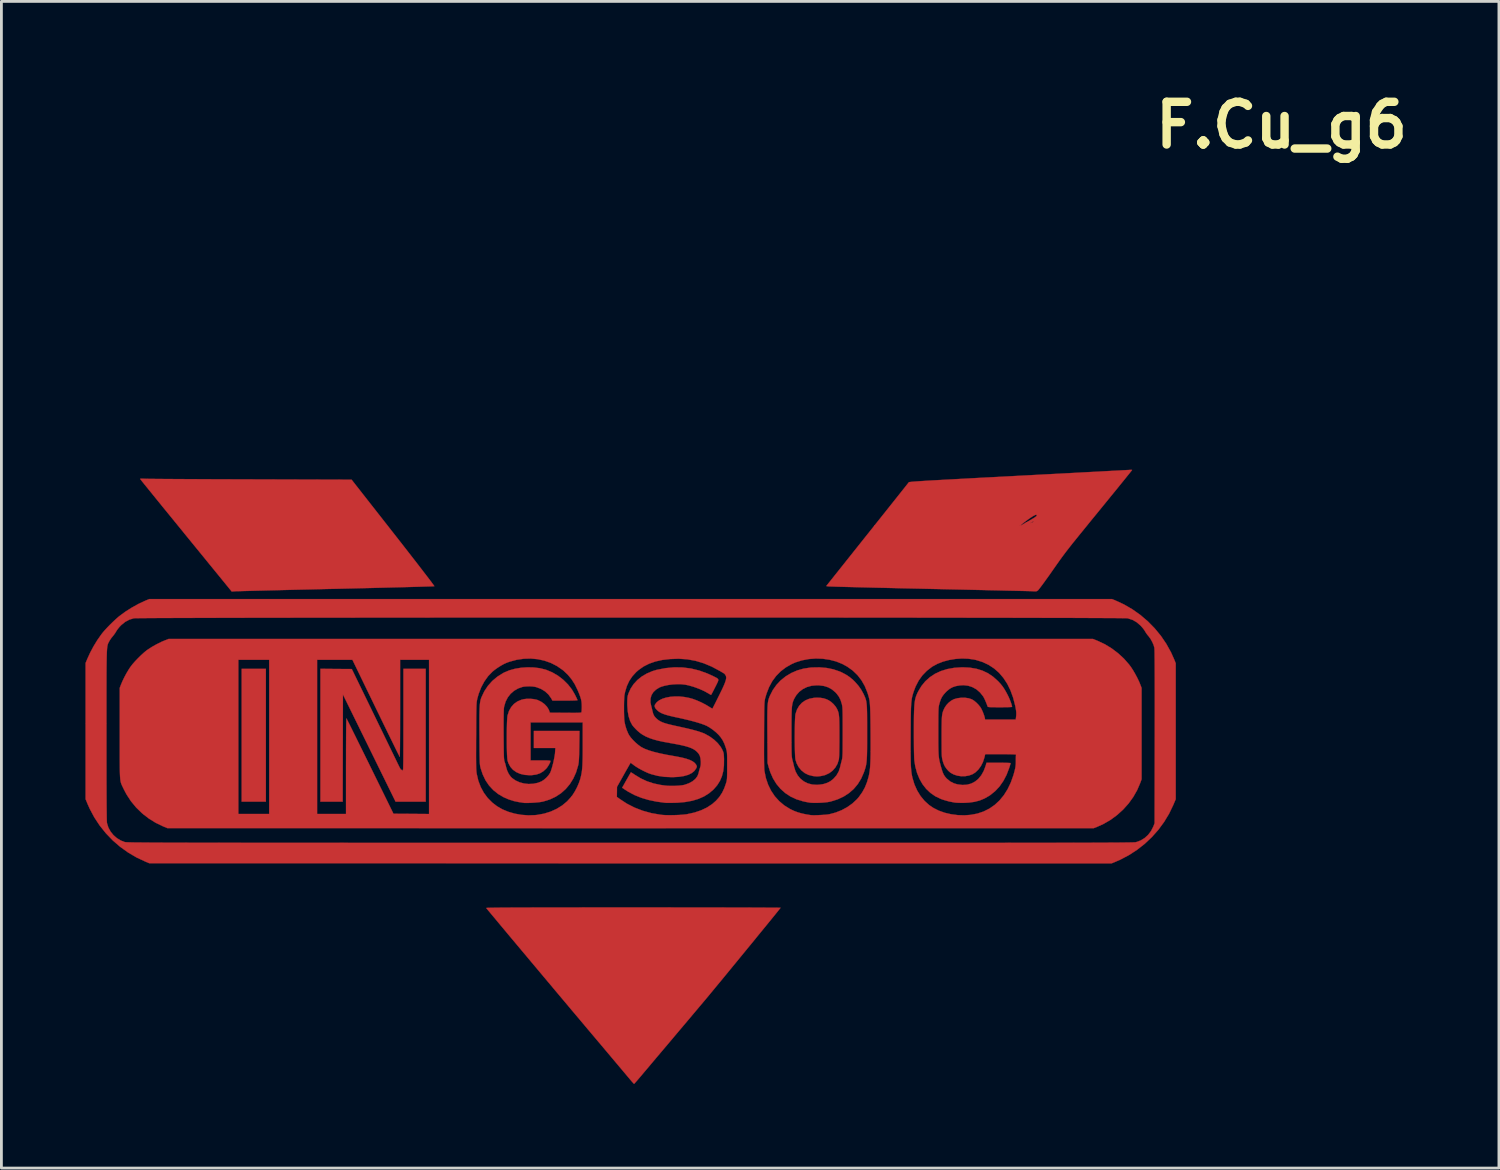
<source format=kicad_pcb>
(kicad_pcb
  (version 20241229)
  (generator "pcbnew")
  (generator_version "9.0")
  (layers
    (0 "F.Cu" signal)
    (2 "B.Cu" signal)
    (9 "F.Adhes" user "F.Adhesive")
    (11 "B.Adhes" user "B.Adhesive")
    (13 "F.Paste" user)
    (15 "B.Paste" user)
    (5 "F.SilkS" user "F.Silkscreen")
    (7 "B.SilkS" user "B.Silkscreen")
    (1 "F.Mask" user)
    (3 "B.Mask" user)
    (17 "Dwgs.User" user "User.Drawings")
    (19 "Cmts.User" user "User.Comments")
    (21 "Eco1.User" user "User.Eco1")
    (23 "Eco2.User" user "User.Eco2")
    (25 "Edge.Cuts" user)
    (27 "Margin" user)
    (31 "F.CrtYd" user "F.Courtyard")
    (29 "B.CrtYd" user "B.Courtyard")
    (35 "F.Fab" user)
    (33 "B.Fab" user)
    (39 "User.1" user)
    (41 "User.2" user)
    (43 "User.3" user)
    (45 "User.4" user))
  (footprint "F.Cu_g6"
    (layer "F.Cu")
    (at 42.694 1.418)
    (property "Reference" "F.Cu_g6" (at 0 0 0) (layer "F.SilkS") (effects (font (size 1.524 1.524) (thickness 0.3))))
    (attr through_hole)
    (fp_poly (pts (xy -36.254 24.147) (xy -37.118 24.147) (xy -37.118 19.406) (xy -36.254 19.406) (xy -36.254 24.147)) (stroke (width 0.01) (type solid)) (fill yes) (layer "F.Cu"))
    (fp_poly (pts (xy -33.746 19.41) (xy -33.186 19.414) (xy -32.417 20.997) (xy -32.309 21.22) (xy -32.203 21.438) (xy -32.1 21.649) (xy -32.003 21.85) (xy -31.911 22.039) (xy -31.826 22.214) (xy -31.749 22.372) (xy -31.682 22.51) (xy -31.625 22.627) (xy -31.58 22.72) (xy -31.548 22.787) (xy -31.534 22.815) (xy -31.488 22.909) (xy -31.453 22.974) (xy -31.429 23.011) (xy -31.415 23.023) (xy -31.41 23.018) (xy -31.401 23.002) (xy -31.389 23.01) (xy -31.372 23.038) (xy -31.368 23.044) (xy -31.364 23.045) (xy -31.361 23.038) (xy -31.358 23.022) (xy -31.355 22.994) (xy -31.353 22.954) (xy -31.351 22.899) (xy -31.35 22.828) (xy -31.348 22.739) (xy -31.347 22.629) (xy -31.346 22.498) (xy -31.346 22.343) (xy -31.345 22.162) (xy -31.345 21.954) (xy -31.345 21.718) (xy -31.344 21.45) (xy -31.344 21.247) (xy -31.344 19.406) (xy -30.548 19.406) (xy -30.548 24.147) (xy -31.624 24.147) (xy -33.503 20.322) (xy -33.511 24.147) (xy -34.307 24.147) (xy -34.307 19.405) (xy -33.746 19.41)) (stroke (width 0.01) (type solid)) (fill yes) (layer "F.Cu"))
    (fp_poly (pts (xy -16.455 20.441) (xy -16.344 20.459) (xy -16.243 20.492) (xy -16.166 20.528) (xy -16.079 20.586) (xy -15.992 20.664) (xy -15.918 20.752) (xy -15.869 20.832) (xy -15.849 20.875) (xy -15.832 20.917) (xy -15.818 20.96) (xy -15.807 21.008) (xy -15.799 21.065) (xy -15.792 21.133) (xy -15.788 21.218) (xy -15.785 21.321) (xy -15.783 21.447) (xy -15.782 21.599) (xy -15.782 21.78) (xy -15.782 21.83) (xy -15.782 22.036) (xy -15.784 22.214) (xy -15.786 22.364) (xy -15.789 22.484) (xy -15.794 22.573) (xy -15.799 22.63) (xy -15.801 22.643) (xy -15.849 22.794) (xy -15.925 22.928) (xy -16.025 23.041) (xy -16.147 23.132) (xy -16.288 23.197) (xy -16.434 23.232) (xy -16.511 23.242) (xy -16.571 23.246) (xy -16.628 23.244) (xy -16.698 23.236) (xy -16.737 23.231) (xy -16.885 23.193) (xy -17.02 23.126) (xy -17.137 23.032) (xy -17.234 22.916) (xy -17.307 22.78) (xy -17.348 22.655) (xy -17.355 22.606) (xy -17.361 22.528) (xy -17.366 22.426) (xy -17.37 22.304) (xy -17.373 22.166) (xy -17.375 22.019) (xy -17.376 21.866) (xy -17.375 21.712) (xy -17.374 21.562) (xy -17.371 21.42) (xy -17.368 21.292) (xy -17.363 21.181) (xy -17.358 21.094) (xy -17.351 21.033) (xy -17.348 21.018) (xy -17.296 20.861) (xy -17.219 20.728) (xy -17.119 20.618) (xy -16.997 20.533) (xy -16.855 20.474) (xy -16.694 20.442) (xy -16.586 20.436) (xy -16.455 20.441)) (stroke (width 0.01) (type solid)) (fill yes) (layer "F.Cu"))
    (fp_poly (pts (xy -40.63 12.619) (xy -40.587 12.621) (xy -40.555 12.622) (xy -40.491 12.624) (xy -40.396 12.625) (xy -40.272 12.626) (xy -40.121 12.628) (xy -39.944 12.629) (xy -39.743 12.63) (xy -39.52 12.632) (xy -39.276 12.633) (xy -39.013 12.635) (xy -38.732 12.636) (xy -38.436 12.637) (xy -38.126 12.639) (xy -37.803 12.64) (xy -37.469 12.641) (xy -37.126 12.642) (xy -36.811 12.643) (xy -33.194 12.654) (xy -31.708 14.55) (xy -31.515 14.796) (xy -31.332 15.03) (xy -31.161 15.25) (xy -31.001 15.456) (xy -30.853 15.646) (xy -30.72 15.819) (xy -30.601 15.974) (xy -30.497 16.109) (xy -30.409 16.224) (xy -30.339 16.317) (xy -30.287 16.388) (xy -30.253 16.434) (xy -30.24 16.456) (xy -30.24 16.457) (xy -30.258 16.459) (xy -30.309 16.461) (xy -30.39 16.464) (xy -30.501 16.467) (xy -30.639 16.471) (xy -30.803 16.476) (xy -30.991 16.481) (xy -31.202 16.487) (xy -31.434 16.493) (xy -31.685 16.499) (xy -31.954 16.506) (xy -32.24 16.513) (xy -32.54 16.521) (xy -32.854 16.528) (xy -33.179 16.536) (xy -33.514 16.544) (xy -33.726 16.549) (xy -34.068 16.556) (xy -34.403 16.564) (xy -34.727 16.572) (xy -35.041 16.579) (xy -35.342 16.586) (xy -35.628 16.593) (xy -35.898 16.6) (xy -36.15 16.606) (xy -36.382 16.612) (xy -36.593 16.617) (xy -36.781 16.622) (xy -36.945 16.626) (xy -37.082 16.63) (xy -37.192 16.633) (xy -37.272 16.635) (xy -37.32 16.636) (xy -37.333 16.637) (xy -37.473 16.646) (xy -37.85 16.183) (xy -38.189 15.768) (xy -38.506 15.379) (xy -38.803 15.015) (xy -39.078 14.678) (xy -39.331 14.367) (xy -39.564 14.081) (xy -39.775 13.822) (xy -39.966 13.588) (xy -40.135 13.38) (xy -40.283 13.197) (xy -40.41 13.04) (xy -40.517 12.908) (xy -40.603 12.802) (xy -40.668 12.721) (xy -40.712 12.666) (xy -40.735 12.635) (xy -40.74 12.629) (xy -40.731 12.62) (xy -40.695 12.617) (xy -40.63 12.619)) (stroke (width 0.01) (type solid)) (fill yes) (layer "F.Cu"))
    (fp_poly (pts (xy -22.721 27.923) (xy -22.31 27.923) (xy -21.909 27.923) (xy -21.519 27.924) (xy -21.142 27.924) (xy -20.78 27.924) (xy -20.432 27.925) (xy -20.101 27.925) (xy -19.788 27.926) (xy -19.493 27.927) (xy -19.22 27.927) (xy -18.968 27.928) (xy -18.738 27.929) (xy -18.533 27.93) (xy -18.354 27.931) (xy -18.202 27.931) (xy -18.077 27.932) (xy -17.982 27.933) (xy -17.918 27.934) (xy -17.885 27.935) (xy -17.882 27.936) (xy -17.892 27.95) (xy -17.923 27.989) (xy -17.972 28.05) (xy -18.037 28.131) (xy -18.118 28.231) (xy -18.213 28.348) (xy -18.321 28.48) (xy -18.439 28.625) (xy -18.566 28.78) (xy -18.701 28.945) (xy -18.841 29.118) (xy -18.987 29.295) (xy -19.135 29.476) (xy -19.285 29.659) (xy -19.435 29.842) (xy -19.583 30.022) (xy -19.728 30.199) (xy -19.868 30.37) (xy -20.002 30.533) (xy -20.129 30.686) (xy -20.246 30.828) (xy -20.352 30.956) (xy -20.445 31.069) (xy -20.525 31.165) (xy -20.589 31.242) (xy -20.596 31.25) (xy -20.649 31.313) (xy -20.722 31.399) (xy -20.811 31.505) (xy -20.915 31.629) (xy -21.032 31.767) (xy -21.158 31.918) (xy -21.293 32.077) (xy -21.432 32.242) (xy -21.575 32.411) (xy -21.717 32.58) (xy -21.86 32.75) (xy -22.003 32.919) (xy -22.143 33.085) (xy -22.278 33.244) (xy -22.405 33.395) (xy -22.522 33.534) (xy -22.626 33.658) (xy -22.716 33.764) (xy -22.789 33.851) (xy -22.841 33.913) (xy -22.915 34) (xy -22.981 34.077) (xy -23.037 34.141) (xy -23.079 34.189) (xy -23.105 34.216) (xy -23.112 34.222) (xy -23.125 34.209) (xy -23.157 34.174) (xy -23.204 34.121) (xy -23.262 34.053) (xy -23.328 33.974) (xy -23.351 33.947) (xy -23.4 33.888) (xy -23.469 33.806) (xy -23.555 33.704) (xy -23.655 33.585) (xy -23.768 33.451) (xy -23.891 33.305) (xy -24.021 33.15) (xy -24.157 32.989) (xy -24.295 32.824) (xy -24.401 32.699) (xy -24.57 32.499) (xy -24.747 32.289) (xy -24.931 32.07) (xy -25.121 31.844) (xy -25.316 31.613) (xy -25.514 31.377) (xy -25.715 31.138) (xy -25.917 30.898) (xy -26.118 30.657) (xy -26.319 30.419) (xy -26.517 30.182) (xy -26.711 29.951) (xy -26.901 29.724) (xy -27.085 29.505) (xy -27.261 29.295) (xy -27.429 29.094) (xy -27.588 28.905) (xy -27.735 28.728) (xy -27.871 28.566) (xy -27.993 28.419) (xy -28.101 28.289) (xy -28.194 28.178) (xy -28.27 28.087) (xy -28.328 28.017) (xy -28.367 27.969) (xy -28.385 27.946) (xy -28.386 27.944) (xy -28.382 27.942) (xy -28.365 27.94) (xy -28.334 27.938) (xy -28.29 27.937) (xy -28.23 27.935) (xy -28.154 27.934) (xy -28.061 27.932) (xy -27.95 27.931) (xy -27.819 27.93) (xy -27.669 27.929) (xy -27.498 27.928) (xy -27.305 27.927) (xy -27.089 27.926) (xy -26.849 27.926) (xy -26.585 27.925) (xy -26.295 27.925) (xy -25.978 27.924) (xy -25.633 27.924) (xy -25.261 27.924) (xy -24.858 27.923) (xy -24.425 27.923) (xy -23.961 27.923) (xy -23.465 27.923) (xy -23.14 27.923) (xy -22.721 27.923)) (stroke (width 0.01) (type solid)) (fill yes) (layer "F.Cu"))
    (fp_poly (pts (xy -26.694 19.357) (xy -26.477 19.384) (xy -26.275 19.433) (xy -26.237 19.446) (xy -26.025 19.535) (xy -25.824 19.653) (xy -25.638 19.797) (xy -25.471 19.962) (xy -25.329 20.144) (xy -25.222 20.327) (xy -25.186 20.4) (xy -25.157 20.461) (xy -25.137 20.505) (xy -25.129 20.526) (xy -25.129 20.526) (xy -25.145 20.53) (xy -25.191 20.533) (xy -25.262 20.536) (xy -25.353 20.538) (xy -25.46 20.54) (xy -25.576 20.54) (xy -26.023 20.54) (xy -26.074 20.451) (xy -26.168 20.321) (xy -26.287 20.212) (xy -26.428 20.125) (xy -26.59 20.063) (xy -26.649 20.048) (xy -26.729 20.037) (xy -26.828 20.031) (xy -26.931 20.033) (xy -27.027 20.04) (xy -27.087 20.05) (xy -27.249 20.106) (xy -27.393 20.189) (xy -27.517 20.296) (xy -27.619 20.427) (xy -27.696 20.576) (xy -27.746 20.743) (xy -27.754 20.788) (xy -27.759 20.837) (xy -27.762 20.92) (xy -27.765 21.034) (xy -27.767 21.178) (xy -27.768 21.352) (xy -27.768 21.555) (xy -27.767 21.777) (xy -27.766 21.973) (xy -27.764 22.139) (xy -27.763 22.276) (xy -27.761 22.388) (xy -27.759 22.479) (xy -27.757 22.55) (xy -27.753 22.605) (xy -27.749 22.647) (xy -27.745 22.678) (xy -27.739 22.703) (xy -27.732 22.722) (xy -27.732 22.724) (xy -27.712 22.782) (xy -27.692 22.855) (xy -27.678 22.915) (xy -27.64 23.041) (xy -27.583 23.159) (xy -27.512 23.258) (xy -27.469 23.302) (xy -27.343 23.391) (xy -27.198 23.457) (xy -27.04 23.499) (xy -26.875 23.517) (xy -26.709 23.509) (xy -26.549 23.476) (xy -26.419 23.426) (xy -26.33 23.369) (xy -26.241 23.292) (xy -26.162 23.204) (xy -26.108 23.122) (xy -26.082 23.062) (xy -26.054 22.976) (xy -26.024 22.872) (xy -25.995 22.758) (xy -25.97 22.642) (xy -25.949 22.531) (xy -25.934 22.434) (xy -25.93 22.384) (xy -25.92 22.233) (xy -26.687 22.233) (xy -26.687 21.624) (xy -25.058 21.624) (xy -25.066 22.17) (xy -25.069 22.327) (xy -25.071 22.454) (xy -25.075 22.557) (xy -25.079 22.639) (xy -25.084 22.706) (xy -25.09 22.76) (xy -25.097 22.808) (xy -25.107 22.854) (xy -25.109 22.861) (xy -25.181 23.102) (xy -25.28 23.322) (xy -25.403 23.52) (xy -25.549 23.694) (xy -25.717 23.845) (xy -25.907 23.97) (xy -26.117 24.069) (xy -26.346 24.14) (xy -26.391 24.15) (xy -26.461 24.162) (xy -26.551 24.172) (xy -26.655 24.181) (xy -26.762 24.188) (xy -26.865 24.192) (xy -26.957 24.194) (xy -27.028 24.192) (xy -27.059 24.188) (xy -27.097 24.182) (xy -27.156 24.173) (xy -27.223 24.163) (xy -27.229 24.162) (xy -27.409 24.124) (xy -27.594 24.064) (xy -27.762 23.991) (xy -27.962 23.874) (xy -28.137 23.734) (xy -28.288 23.57) (xy -28.414 23.384) (xy -28.514 23.174) (xy -28.588 22.953) (xy -28.595 22.923) (xy -28.602 22.894) (xy -28.607 22.861) (xy -28.612 22.823) (xy -28.616 22.776) (xy -28.619 22.718) (xy -28.621 22.645) (xy -28.623 22.554) (xy -28.625 22.444) (xy -28.627 22.31) (xy -28.628 22.15) (xy -28.629 21.96) (xy -28.63 21.827) (xy -28.632 21.591) (xy -28.632 21.387) (xy -28.632 21.211) (xy -28.631 21.06) (xy -28.628 20.932) (xy -28.625 20.825) (xy -28.62 20.735) (xy -28.613 20.659) (xy -28.605 20.596) (xy -28.595 20.541) (xy -28.583 20.493) (xy -28.568 20.449) (xy -28.557 20.42) (xy -28.456 20.207) (xy -28.327 20.013) (xy -28.172 19.839) (xy -27.992 19.687) (xy -27.787 19.559) (xy -27.742 19.535) (xy -27.56 19.459) (xy -27.357 19.403) (xy -27.141 19.367) (xy -26.917 19.352) (xy -26.694 19.357)) (stroke (width 0.01) (type solid)) (fill yes) (layer "F.Cu"))
    (fp_poly (pts (xy -11.12 19.365) (xy -10.889 19.404) (xy -10.676 19.47) (xy -10.479 19.563) (xy -10.297 19.686) (xy -10.127 19.838) (xy -10.1 19.865) (xy -10.022 19.951) (xy -9.956 20.034) (xy -9.896 20.123) (xy -9.835 20.227) (xy -9.781 20.328) (xy -9.739 20.413) (xy -9.7 20.504) (xy -9.665 20.593) (xy -9.638 20.673) (xy -9.622 20.735) (xy -9.618 20.764) (xy -9.634 20.768) (xy -9.68 20.771) (xy -9.75 20.774) (xy -9.841 20.776) (xy -9.948 20.777) (xy -10.05 20.777) (xy -10.183 20.777) (xy -10.286 20.776) (xy -10.363 20.775) (xy -10.417 20.773) (xy -10.453 20.769) (xy -10.476 20.764) (xy -10.487 20.757) (xy -10.492 20.748) (xy -10.522 20.664) (xy -10.559 20.574) (xy -10.597 20.488) (xy -10.633 20.418) (xy -10.651 20.388) (xy -10.761 20.25) (xy -10.888 20.14) (xy -11.03 20.06) (xy -11.185 20.009) (xy -11.35 19.99) (xy -11.484 19.998) (xy -11.625 20.023) (xy -11.742 20.062) (xy -11.846 20.12) (xy -11.945 20.201) (xy -11.99 20.246) (xy -12.061 20.326) (xy -12.114 20.401) (xy -12.156 20.482) (xy -12.192 20.581) (xy -12.212 20.651) (xy -12.221 20.682) (xy -12.228 20.713) (xy -12.234 20.745) (xy -12.239 20.782) (xy -12.242 20.828) (xy -12.245 20.886) (xy -12.247 20.958) (xy -12.249 21.049) (xy -12.25 21.161) (xy -12.25 21.298) (xy -12.251 21.462) (xy -12.251 21.632) (xy -12.251 21.832) (xy -12.251 22.002) (xy -12.25 22.145) (xy -12.248 22.266) (xy -12.245 22.367) (xy -12.241 22.453) (xy -12.235 22.528) (xy -12.227 22.594) (xy -12.217 22.655) (xy -12.204 22.716) (xy -12.188 22.781) (xy -12.17 22.851) (xy -12.156 22.902) (xy -12.121 23.021) (xy -12.089 23.114) (xy -12.054 23.188) (xy -12.013 23.251) (xy -11.963 23.31) (xy -11.945 23.328) (xy -11.828 23.425) (xy -11.693 23.493) (xy -11.568 23.53) (xy -11.393 23.552) (xy -11.23 23.543) (xy -11.08 23.503) (xy -10.943 23.433) (xy -10.822 23.334) (xy -10.718 23.208) (xy -10.631 23.054) (xy -10.563 22.874) (xy -10.558 22.856) (xy -10.53 22.758) (xy -10.1 22.758) (xy -9.983 22.759) (xy -9.878 22.76) (xy -9.79 22.763) (xy -9.723 22.765) (xy -9.681 22.769) (xy -9.669 22.772) (xy -9.674 22.793) (xy -9.687 22.838) (xy -9.706 22.901) (xy -9.721 22.945) (xy -9.814 23.189) (xy -9.93 23.41) (xy -10.066 23.605) (xy -10.224 23.774) (xy -10.401 23.916) (xy -10.436 23.939) (xy -10.602 24.034) (xy -10.773 24.105) (xy -10.956 24.153) (xy -11.156 24.181) (xy -11.303 24.189) (xy -11.402 24.191) (xy -11.5 24.189) (xy -11.588 24.186) (xy -11.654 24.18) (xy -11.659 24.18) (xy -11.869 24.14) (xy -12.083 24.078) (xy -12.167 24.047) (xy -12.357 23.956) (xy -12.529 23.837) (xy -12.682 23.693) (xy -12.814 23.524) (xy -12.923 23.333) (xy -13.01 23.121) (xy -13.073 22.89) (xy -13.105 22.685) (xy -13.109 22.632) (xy -13.113 22.548) (xy -13.116 22.438) (xy -13.119 22.305) (xy -13.121 22.152) (xy -13.122 21.983) (xy -13.123 21.801) (xy -13.123 21.671) (xy -13.123 21.442) (xy -13.122 21.244) (xy -13.12 21.074) (xy -13.116 20.928) (xy -13.111 20.804) (xy -13.104 20.698) (xy -13.095 20.608) (xy -13.083 20.531) (xy -13.068 20.462) (xy -13.05 20.4) (xy -13.028 20.342) (xy -13.003 20.283) (xy -12.973 20.222) (xy -12.971 20.218) (xy -12.854 20.022) (xy -12.715 19.851) (xy -12.552 19.705) (xy -12.368 19.583) (xy -12.162 19.487) (xy -11.935 19.416) (xy -11.688 19.371) (xy -11.422 19.353) (xy -11.372 19.352) (xy -11.12 19.365)) (stroke (width 0.01) (type solid)) (fill yes) (layer "F.Cu"))
    (fp_poly (pts (xy -21.376 19.357) (xy -21.079 19.395) (xy -20.785 19.467) (xy -20.495 19.572) (xy -20.29 19.666) (xy -20.214 19.704) (xy -20.159 19.733) (xy -20.123 19.759) (xy -20.105 19.787) (xy -20.105 19.822) (xy -20.122 19.871) (xy -20.154 19.938) (xy -20.2 20.03) (xy -20.217 20.063) (xy -20.261 20.15) (xy -20.3 20.226) (xy -20.332 20.286) (xy -20.354 20.324) (xy -20.363 20.337) (xy -20.381 20.329) (xy -20.417 20.308) (xy -20.436 20.296) (xy -20.598 20.205) (xy -20.783 20.122) (xy -20.978 20.05) (xy -21.171 19.995) (xy -21.285 19.972) (xy -21.421 19.956) (xy -21.571 19.954) (xy -21.728 19.962) (xy -21.882 19.982) (xy -22.025 20.011) (xy -22.149 20.048) (xy -22.207 20.073) (xy -22.33 20.149) (xy -22.425 20.241) (xy -22.49 20.348) (xy -22.523 20.467) (xy -22.526 20.598) (xy -22.504 20.709) (xy -22.485 20.784) (xy -22.467 20.857) (xy -22.455 20.913) (xy -22.454 20.914) (xy -22.428 21.013) (xy -22.39 21.092) (xy -22.332 21.161) (xy -22.314 21.178) (xy -22.267 21.219) (xy -22.218 21.254) (xy -22.164 21.286) (xy -22.1 21.315) (xy -22.023 21.343) (xy -21.929 21.371) (xy -21.814 21.4) (xy -21.674 21.433) (xy -21.506 21.469) (xy -21.463 21.479) (xy -21.245 21.527) (xy -21.051 21.574) (xy -20.882 21.62) (xy -20.742 21.664) (xy -20.631 21.704) (xy -20.584 21.725) (xy -20.41 21.822) (xy -20.256 21.934) (xy -20.125 22.058) (xy -20.021 22.189) (xy -19.97 22.277) (xy -19.945 22.331) (xy -19.927 22.374) (xy -19.915 22.416) (xy -19.908 22.466) (xy -19.904 22.532) (xy -19.9 22.623) (xy -19.9 22.628) (xy -19.903 22.855) (xy -19.927 23.058) (xy -19.975 23.241) (xy -20.046 23.407) (xy -20.143 23.561) (xy -20.267 23.704) (xy -20.278 23.715) (xy -20.434 23.848) (xy -20.611 23.959) (xy -20.811 24.048) (xy -21.034 24.115) (xy -21.282 24.16) (xy -21.555 24.185) (xy -21.658 24.188) (xy -21.757 24.19) (xy -21.85 24.191) (xy -21.928 24.19) (xy -21.985 24.189) (xy -22.005 24.187) (xy -22.313 24.145) (xy -22.595 24.086) (xy -22.854 24.009) (xy -23.092 23.913) (xy -23.313 23.796) (xy -23.421 23.728) (xy -23.537 23.651) (xy -23.488 23.565) (xy -23.46 23.515) (xy -23.421 23.445) (xy -23.376 23.365) (xy -23.334 23.292) (xy -23.294 23.221) (xy -23.26 23.162) (xy -23.236 23.12) (xy -23.225 23.101) (xy -23.224 23.1) (xy -23.209 23.107) (xy -23.173 23.129) (xy -23.12 23.163) (xy -23.081 23.19) (xy -22.871 23.317) (xy -22.652 23.419) (xy -22.419 23.496) (xy -22.166 23.55) (xy -22.009 23.572) (xy -21.897 23.582) (xy -21.772 23.585) (xy -21.643 23.583) (xy -21.519 23.576) (xy -21.409 23.565) (xy -21.322 23.55) (xy -21.311 23.547) (xy -21.155 23.492) (xy -21.026 23.422) (xy -20.924 23.338) (xy -20.85 23.24) (xy -20.807 23.13) (xy -20.802 23.105) (xy -20.79 23.05) (xy -20.77 22.983) (xy -20.757 22.942) (xy -20.738 22.877) (xy -20.729 22.811) (xy -20.728 22.729) (xy -20.729 22.705) (xy -20.741 22.595) (xy -20.765 22.507) (xy -20.807 22.433) (xy -20.868 22.365) (xy -20.923 22.318) (xy -20.987 22.276) (xy -21.063 22.238) (xy -21.155 22.203) (xy -21.267 22.169) (xy -21.401 22.136) (xy -21.561 22.103) (xy -21.75 22.068) (xy -21.827 22.055) (xy -22.052 22.014) (xy -22.246 21.972) (xy -22.414 21.927) (xy -22.559 21.878) (xy -22.686 21.824) (xy -22.797 21.764) (xy -22.897 21.695) (xy -22.989 21.617) (xy -23.052 21.555) (xy -23.112 21.491) (xy -23.16 21.434) (xy -23.18 21.406) (xy -23.252 21.268) (xy -23.304 21.107) (xy -23.337 20.921) (xy -23.352 20.709) (xy -23.353 20.639) (xy -23.352 20.54) (xy -23.349 20.466) (xy -23.343 20.408) (xy -23.333 20.357) (xy -23.317 20.305) (xy -23.311 20.286) (xy -23.232 20.111) (xy -23.125 19.95) (xy -22.991 19.805) (xy -22.833 19.678) (xy -22.653 19.572) (xy -22.455 19.488) (xy -22.301 19.442) (xy -21.986 19.381) (xy -21.678 19.352) (xy -21.376 19.357)) (stroke (width 0.01) (type solid)) (fill yes) (layer "F.Cu"))
    (fp_poly (pts (xy -16.235 19.375) (xy -15.997 19.424) (xy -15.774 19.5) (xy -15.703 19.531) (xy -15.546 19.614) (xy -15.412 19.703) (xy -15.288 19.808) (xy -15.215 19.882) (xy -15.097 20.017) (xy -15.002 20.153) (xy -14.92 20.302) (xy -14.907 20.331) (xy -14.884 20.382) (xy -14.864 20.428) (xy -14.847 20.473) (xy -14.833 20.52) (xy -14.822 20.571) (xy -14.813 20.63) (xy -14.806 20.699) (xy -14.8 20.782) (xy -14.797 20.882) (xy -14.794 21.002) (xy -14.793 21.144) (xy -14.792 21.312) (xy -14.792 21.508) (xy -14.792 21.666) (xy -14.792 21.889) (xy -14.792 22.08) (xy -14.793 22.245) (xy -14.795 22.384) (xy -14.798 22.503) (xy -14.803 22.604) (xy -14.809 22.69) (xy -14.817 22.764) (xy -14.827 22.829) (xy -14.84 22.89) (xy -14.856 22.948) (xy -14.874 23.007) (xy -14.896 23.071) (xy -14.909 23.107) (xy -15.004 23.324) (xy -15.124 23.519) (xy -15.268 23.691) (xy -15.437 23.84) (xy -15.628 23.964) (xy -15.842 24.064) (xy -16.077 24.138) (xy -16.121 24.149) (xy -16.211 24.165) (xy -16.324 24.177) (xy -16.449 24.186) (xy -16.577 24.191) (xy -16.697 24.191) (xy -16.799 24.186) (xy -16.841 24.181) (xy -16.908 24.17) (xy -16.991 24.154) (xy -17.076 24.135) (xy -17.093 24.131) (xy -17.32 24.061) (xy -17.529 23.963) (xy -17.717 23.838) (xy -17.885 23.688) (xy -18.03 23.513) (xy -18.152 23.315) (xy -18.249 23.095) (xy -18.301 22.931) (xy -18.346 22.767) (xy -18.351 21.862) (xy -17.492 21.862) (xy -17.492 22.026) (xy -17.491 22.162) (xy -17.49 22.274) (xy -17.489 22.364) (xy -17.487 22.437) (xy -17.484 22.495) (xy -17.48 22.541) (xy -17.475 22.579) (xy -17.47 22.612) (xy -17.463 22.643) (xy -17.457 22.667) (xy -17.435 22.749) (xy -17.414 22.836) (xy -17.397 22.91) (xy -17.397 22.911) (xy -17.346 23.071) (xy -17.269 23.212) (xy -17.169 23.331) (xy -17.048 23.426) (xy -16.908 23.495) (xy -16.754 23.536) (xy -16.586 23.547) (xy -16.552 23.545) (xy -16.474 23.538) (xy -16.396 23.527) (xy -16.334 23.515) (xy -16.332 23.514) (xy -16.21 23.474) (xy -16.108 23.421) (xy -16.013 23.348) (xy -15.992 23.329) (xy -15.884 23.207) (xy -15.805 23.068) (xy -15.758 22.926) (xy -15.742 22.853) (xy -15.72 22.767) (xy -15.699 22.685) (xy -15.699 22.684) (xy -15.691 22.653) (xy -15.684 22.622) (xy -15.679 22.588) (xy -15.674 22.549) (xy -15.671 22.5) (xy -15.668 22.44) (xy -15.666 22.364) (xy -15.665 22.269) (xy -15.664 22.153) (xy -15.664 22.011) (xy -15.663 21.842) (xy -15.663 21.666) (xy -15.663 21.469) (xy -15.664 21.303) (xy -15.664 21.164) (xy -15.665 21.049) (xy -15.667 20.956) (xy -15.669 20.881) (xy -15.672 20.821) (xy -15.675 20.773) (xy -15.68 20.734) (xy -15.686 20.701) (xy -15.692 20.67) (xy -15.697 20.652) (xy -15.741 20.514) (xy -15.801 20.397) (xy -15.881 20.29) (xy -15.926 20.242) (xy -16.048 20.14) (xy -16.184 20.065) (xy -16.339 20.017) (xy -16.512 19.995) (xy -16.595 19.994) (xy -16.773 20.01) (xy -16.937 20.055) (xy -17.084 20.127) (xy -17.212 20.224) (xy -17.319 20.345) (xy -17.387 20.459) (xy -17.409 20.505) (xy -17.428 20.548) (xy -17.443 20.592) (xy -17.456 20.639) (xy -17.466 20.693) (xy -17.475 20.756) (xy -17.481 20.833) (xy -17.485 20.926) (xy -17.488 21.037) (xy -17.49 21.172) (xy -17.491 21.331) (xy -17.492 21.52) (xy -17.492 21.668) (xy -17.492 21.862) (xy -18.351 21.862) (xy -18.352 21.768) (xy -18.353 21.538) (xy -18.354 21.34) (xy -18.354 21.17) (xy -18.353 21.025) (xy -18.351 20.902) (xy -18.347 20.8) (xy -18.343 20.714) (xy -18.336 20.642) (xy -18.328 20.581) (xy -18.318 20.529) (xy -18.305 20.482) (xy -18.29 20.438) (xy -18.273 20.393) (xy -18.264 20.373) (xy -18.16 20.167) (xy -18.029 19.981) (xy -17.874 19.816) (xy -17.697 19.674) (xy -17.5 19.556) (xy -17.286 19.463) (xy -17.056 19.398) (xy -16.814 19.362) (xy -16.768 19.358) (xy -16.492 19.353) (xy -16.235 19.375)) (stroke (width 0.01) (type solid)) (fill yes) (layer "F.Cu"))
    (fp_poly (pts (xy -5.337 12.306) (xy -5.334 12.309) (xy -5.344 12.324) (xy -5.375 12.362) (xy -5.424 12.424) (xy -5.491 12.507) (xy -5.573 12.609) (xy -5.669 12.728) (xy -5.779 12.863) (xy -5.9 13.013) (xy -6.032 13.174) (xy -6.172 13.346) (xy -6.32 13.528) (xy -6.453 13.691) (xy -6.644 13.925) (xy -6.815 14.134) (xy -6.967 14.322) (xy -7.103 14.489) (xy -7.224 14.638) (xy -7.331 14.77) (xy -7.427 14.889) (xy -7.512 14.996) (xy -7.588 15.093) (xy -7.657 15.182) (xy -7.721 15.265) (xy -7.78 15.344) (xy -7.837 15.421) (xy -7.893 15.498) (xy -7.95 15.578) (xy -8.009 15.661) (xy -8.072 15.751) (xy -8.141 15.85) (xy -8.159 15.875) (xy -8.241 15.993) (xy -8.324 16.11) (xy -8.404 16.221) (xy -8.476 16.321) (xy -8.538 16.406) (xy -8.585 16.468) (xy -8.594 16.48) (xy -8.646 16.548) (xy -8.684 16.595) (xy -8.715 16.623) (xy -8.747 16.637) (xy -8.789 16.641) (xy -8.846 16.639) (xy -8.907 16.635) (xy -8.931 16.634) (xy -8.987 16.632) (xy -9.074 16.63) (xy -9.191 16.627) (xy -9.334 16.624) (xy -9.503 16.62) (xy -9.697 16.616) (xy -9.913 16.611) (xy -10.15 16.605) (xy -10.407 16.6) (xy -10.682 16.593) (xy -10.972 16.587) (xy -11.277 16.58) (xy -11.596 16.573) (xy -11.925 16.566) (xy -12.265 16.558) (xy -12.556 16.552) (xy -12.902 16.544) (xy -13.24 16.537) (xy -13.567 16.53) (xy -13.883 16.522) (xy -14.185 16.515) (xy -14.473 16.509) (xy -14.743 16.502) (xy -14.996 16.496) (xy -15.229 16.49) (xy -15.44 16.485) (xy -15.629 16.48) (xy -15.793 16.476) (xy -15.931 16.472) (xy -16.041 16.468) (xy -16.122 16.466) (xy -16.172 16.464) (xy -16.189 16.462) (xy -16.25 16.451) (xy -14.787 14.613) (xy -14.613 14.395) (xy -14.538 14.3) (xy -9.347 14.3) (xy -9.339 14.309) (xy -9.33 14.3) (xy -9.339 14.292) (xy -9.347 14.3) (xy -14.538 14.3) (xy -14.53 14.29) (xy -9.309 14.29) (xy -9.303 14.288) (xy -9.284 14.277) (xy -9.241 14.253) (xy -9.178 14.217) (xy -9.146 14.199) (xy -8.975 14.199) (xy -8.966 14.207) (xy -8.958 14.199) (xy -8.966 14.19) (xy -8.975 14.199) (xy -9.146 14.199) (xy -9.121 14.184) (xy -8.941 14.184) (xy -8.928 14.187) (xy -8.898 14.179) (xy -8.866 14.166) (xy -8.848 14.154) (xy -8.85 14.148) (xy -8.877 14.154) (xy -8.886 14.157) (xy -8.923 14.172) (xy -8.941 14.184) (xy -8.941 14.184) (xy -9.121 14.184) (xy -9.1 14.173) (xy -9.013 14.123) (xy -8.908 14.063) (xy -8.831 14.016) (xy -8.779 13.98) (xy -8.749 13.954) (xy -8.738 13.936) (xy -8.738 13.934) (xy -8.743 13.911) (xy -8.763 13.905) (xy -8.801 13.918) (xy -8.861 13.95) (xy -8.883 13.963) (xy -8.933 13.995) (xy -8.997 14.038) (xy -9.067 14.089) (xy -9.138 14.141) (xy -9.203 14.191) (xy -9.258 14.234) (xy -9.295 14.265) (xy -9.307 14.279) (xy -9.309 14.29) (xy -14.53 14.29) (xy -14.444 14.183) (xy -14.282 13.979) (xy -14.128 13.786) (xy -13.984 13.605) (xy -13.85 13.436) (xy -13.728 13.283) (xy -13.619 13.146) (xy -13.524 13.026) (xy -13.444 12.926) (xy -13.381 12.846) (xy -13.336 12.789) (xy -13.31 12.756) (xy -13.304 12.748) (xy -13.299 12.745) (xy -13.287 12.742) (xy -13.269 12.738) (xy -13.241 12.735) (xy -13.203 12.731) (xy -13.154 12.726) (xy -13.093 12.721) (xy -13.017 12.716) (xy -12.927 12.709) (xy -12.82 12.703) (xy -12.696 12.695) (xy -12.553 12.686) (xy -12.39 12.677) (xy -12.205 12.667) (xy -11.998 12.655) (xy -11.767 12.643) (xy -11.511 12.629) (xy -11.229 12.614) (xy -10.919 12.597) (xy -10.581 12.579) (xy -10.212 12.56) (xy -9.812 12.539) (xy -9.381 12.516) (xy -9.019 12.497) (xy -8.666 12.478) (xy -8.322 12.46) (xy -7.99 12.443) (xy -7.671 12.426) (xy -7.367 12.41) (xy -7.079 12.394) (xy -6.808 12.38) (xy -6.556 12.367) (xy -6.326 12.354) (xy -6.117 12.343) (xy -5.932 12.333) (xy -5.772 12.325) (xy -5.639 12.317) (xy -5.535 12.312) (xy -5.46 12.308) (xy -5.416 12.305) (xy -5.406 12.304) (xy -5.362 12.303) (xy -5.337 12.306)) (stroke (width 0.01) (type solid)) (fill yes) (layer "F.Cu"))
    (fp_poly (pts (xy -5.942 16.96) (xy -5.626 17.106) (xy -5.324 17.281) (xy -5.039 17.483) (xy -4.773 17.709) (xy -4.529 17.958) (xy -4.307 18.227) (xy -4.112 18.514) (xy -3.944 18.817) (xy -3.834 19.062) (xy -3.776 19.207) (xy -3.776 24.06) (xy -3.862 24.263) (xy -4.012 24.575) (xy -4.191 24.872) (xy -4.397 25.152) (xy -4.628 25.412) (xy -4.882 25.652) (xy -5.157 25.868) (xy -5.451 26.058) (xy -5.761 26.221) (xy -5.913 26.287) (xy -6.06 26.348) (xy -23.236 26.348) (xy -40.411 26.347) (xy -40.547 26.291) (xy -40.868 26.141) (xy -41.172 25.962) (xy -41.458 25.757) (xy -41.723 25.527) (xy -41.966 25.274) (xy -42.185 25) (xy -42.379 24.706) (xy -42.544 24.396) (xy -42.612 24.243) (xy -42.689 24.059) (xy -42.689 21.02) (xy -41.944 21.02) (xy -41.944 21.369) (xy -41.944 21.751) (xy -41.944 21.771) (xy -41.944 22.194) (xy -41.944 22.584) (xy -41.943 22.942) (xy -41.943 23.268) (xy -41.942 23.562) (xy -41.941 23.826) (xy -41.94 24.059) (xy -41.939 24.263) (xy -41.937 24.438) (xy -41.935 24.585) (xy -41.934 24.704) (xy -41.932 24.796) (xy -41.929 24.861) (xy -41.927 24.901) (xy -41.925 24.912) (xy -41.877 25.068) (xy -41.799 25.212) (xy -41.695 25.341) (xy -41.571 25.45) (xy -41.429 25.536) (xy -41.292 25.589) (xy -41.285 25.59) (xy -41.276 25.592) (xy -41.264 25.593) (xy -41.248 25.594) (xy -41.228 25.596) (xy -41.203 25.597) (xy -41.172 25.598) (xy -41.135 25.599) (xy -41.091 25.6) (xy -41.04 25.602) (xy -40.981 25.603) (xy -40.913 25.604) (xy -40.836 25.604) (xy -40.75 25.605) (xy -40.653 25.606) (xy -40.545 25.607) (xy -40.425 25.608) (xy -40.293 25.609) (xy -40.149 25.609) (xy -39.991 25.61) (xy -39.819 25.611) (xy -39.633 25.611) (xy -39.431 25.612) (xy -39.214 25.612) (xy -38.98 25.613) (xy -38.73 25.613) (xy -38.462 25.614) (xy -38.175 25.614) (xy -37.87 25.615) (xy -37.545 25.615) (xy -37.201 25.615) (xy -36.836 25.616) (xy -36.449 25.616) (xy -36.041 25.616) (xy -35.611 25.617) (xy -35.157 25.617) (xy -34.68 25.617) (xy -34.179 25.617) (xy -33.653 25.617) (xy -33.101 25.618) (xy -32.524 25.618) (xy -31.92 25.618) (xy -31.289 25.618) (xy -30.63 25.618) (xy -29.942 25.618) (xy -29.226 25.618) (xy -28.48 25.618) (xy -27.704 25.619) (xy -26.897 25.619) (xy -26.058 25.619) (xy -25.188 25.619) (xy -24.285 25.619) (xy -23.349 25.619) (xy -23.243 25.619) (xy -22.3 25.619) (xy -21.391 25.619) (xy -20.513 25.619) (xy -19.668 25.619) (xy -18.855 25.619) (xy -18.072 25.619) (xy -17.32 25.619) (xy -16.597 25.619) (xy -15.904 25.619) (xy -15.239 25.619) (xy -14.602 25.619) (xy -13.992 25.619) (xy -13.409 25.619) (xy -12.852 25.619) (xy -12.321 25.619) (xy -11.814 25.618) (xy -11.332 25.618) (xy -10.874 25.618) (xy -10.439 25.618) (xy -10.027 25.618) (xy -9.636 25.617) (xy -9.267 25.617) (xy -8.918 25.617) (xy -8.59 25.616) (xy -8.282 25.616) (xy -7.992 25.615) (xy -7.721 25.615) (xy -7.468 25.615) (xy -7.232 25.614) (xy -7.012 25.614) (xy -6.809 25.613) (xy -6.621 25.612) (xy -6.448 25.612) (xy -6.289 25.611) (xy -6.144 25.61) (xy -6.011 25.61) (xy -5.892 25.609) (xy -5.784 25.608) (xy -5.687 25.607) (xy -5.601 25.606) (xy -5.526 25.605) (xy -5.459 25.604) (xy -5.402 25.603) (xy -5.353 25.602) (xy -5.312 25.601) (xy -5.278 25.6) (xy -5.25 25.599) (xy -5.228 25.597) (xy -5.212 25.596) (xy -5.2 25.595) (xy -5.193 25.593) (xy -5.193 25.593) (xy -5.032 25.535) (xy -4.888 25.448) (xy -4.762 25.334) (xy -4.657 25.196) (xy -4.575 25.035) (xy -4.567 25.014) (xy -4.53 24.917) (xy -4.525 21.827) (xy -4.525 21.395) (xy -4.524 20.996) (xy -4.524 20.63) (xy -4.524 20.297) (xy -4.525 19.996) (xy -4.525 19.726) (xy -4.526 19.488) (xy -4.527 19.28) (xy -4.528 19.103) (xy -4.53 18.955) (xy -4.531 18.837) (xy -4.533 18.747) (xy -4.536 18.687) (xy -4.538 18.654) (xy -4.539 18.65) (xy -4.568 18.55) (xy -4.616 18.442) (xy -4.674 18.339) (xy -4.736 18.253) (xy -4.746 18.241) (xy -4.797 18.18) (xy -4.846 18.109) (xy -4.87 18.068) (xy -4.905 18.013) (xy -4.956 17.947) (xy -5.014 17.881) (xy -5.038 17.856) (xy -5.17 17.743) (xy -5.313 17.661) (xy -5.472 17.608) (xy -5.498 17.602) (xy -5.522 17.6) (xy -5.578 17.599) (xy -5.667 17.598) (xy -5.787 17.596) (xy -5.937 17.595) (xy -6.117 17.594) (xy -6.325 17.593) (xy -6.562 17.592) (xy -6.825 17.591) (xy -7.115 17.589) (xy -7.429 17.588) (xy -7.768 17.587) (xy -8.131 17.587) (xy -8.516 17.586) (xy -8.924 17.585) (xy -9.352 17.584) (xy -9.8 17.583) (xy -10.267 17.582) (xy -10.753 17.582) (xy -11.256 17.581) (xy -11.776 17.58) (xy -12.312 17.58) (xy -12.863 17.579) (xy -13.428 17.578) (xy -14.006 17.578) (xy -14.596 17.577) (xy -15.198 17.577) (xy -15.81 17.576) (xy -16.432 17.576) (xy -17.063 17.576) (xy -17.703 17.575) (xy -18.349 17.575) (xy -19.002 17.575) (xy -19.66 17.575) (xy -20.322 17.574) (xy -20.989 17.574) (xy -21.658 17.574) (xy -22.329 17.574) (xy -23.002 17.574) (xy -23.675 17.574) (xy -24.347 17.574) (xy -25.018 17.574) (xy -25.686 17.574) (xy -26.352 17.575) (xy -27.013 17.575) (xy -27.669 17.575) (xy -28.32 17.575) (xy -28.964 17.575) (xy -29.601 17.576) (xy -30.229 17.576) (xy -30.849 17.577) (xy -31.458 17.577) (xy -32.056 17.577) (xy -32.643 17.578) (xy -33.216 17.579) (xy -33.777 17.579) (xy -34.323 17.58) (xy -34.854 17.58) (xy -35.369 17.581) (xy -35.867 17.582) (xy -36.347 17.583) (xy -36.808 17.583) (xy -37.25 17.584) (xy -37.672 17.585) (xy -38.072 17.586) (xy -38.45 17.587) (xy -38.806 17.588) (xy -39.137 17.589) (xy -39.444 17.59) (xy -39.726 17.591) (xy -39.981 17.592) (xy -40.208 17.593) (xy -40.408 17.594) (xy -40.579 17.596) (xy -40.719 17.597) (xy -40.829 17.598) (xy -40.908 17.599) (xy -40.954 17.601) (xy -40.967 17.602) (xy -41.128 17.651) (xy -41.274 17.729) (xy -41.409 17.838) (xy -41.428 17.856) (xy -41.487 17.919) (xy -41.542 17.987) (xy -41.584 18.048) (xy -41.596 18.068) (xy -41.635 18.133) (xy -41.686 18.203) (xy -41.722 18.247) (xy -41.772 18.309) (xy -41.82 18.379) (xy -41.846 18.425) (xy -41.858 18.448) (xy -41.869 18.468) (xy -41.879 18.488) (xy -41.888 18.509) (xy -41.896 18.531) (xy -41.903 18.558) (xy -41.91 18.589) (xy -41.916 18.627) (xy -41.921 18.673) (xy -41.925 18.729) (xy -41.929 18.796) (xy -41.932 18.875) (xy -41.935 18.969) (xy -41.937 19.079) (xy -41.939 19.206) (xy -41.941 19.351) (xy -41.942 19.517) (xy -41.943 19.704) (xy -41.943 19.915) (xy -41.944 20.15) (xy -41.944 20.412) (xy -41.944 20.701) (xy -41.944 21.02) (xy -42.689 21.02) (xy -42.689 19.2) (xy -42.628 19.053) (xy -42.526 18.83) (xy -42.405 18.603) (xy -42.271 18.383) (xy -42.13 18.182) (xy -42.073 18.108) (xy -42.003 18.027) (xy -41.914 17.931) (xy -41.814 17.828) (xy -41.709 17.726) (xy -41.608 17.632) (xy -41.518 17.552) (xy -41.487 17.527) (xy -41.272 17.368) (xy -41.037 17.219) (xy -40.794 17.085) (xy -40.553 16.973) (xy -40.523 16.96) (xy -40.414 16.916) (xy -6.051 16.916) (xy -5.942 16.96)) (stroke (width 0.01) (type solid)) (fill yes) (layer "F.Cu"))
    (fp_poly (pts (xy -6.731 18.339) (xy -6.549 18.413) (xy -6.299 18.532) (xy -6.059 18.679) (xy -5.832 18.851) (xy -5.625 19.042) (xy -5.443 19.249) (xy -5.373 19.343) (xy -5.299 19.457) (xy -5.221 19.591) (xy -5.146 19.732) (xy -5.081 19.868) (xy -5.039 19.971) (xy -4.995 20.087) (xy -4.995 23.349) (xy -5.04 23.473) (xy -5.151 23.733) (xy -5.292 23.981) (xy -5.46 24.214) (xy -5.653 24.429) (xy -5.868 24.624) (xy -6.101 24.796) (xy -6.351 24.941) (xy -6.561 25.037) (xy -6.705 25.095) (xy -39.768 25.093) (xy -39.923 25.029) (xy -40.19 24.9) (xy -40.442 24.743) (xy -40.673 24.561) (xy -40.884 24.356) (xy -41.07 24.13) (xy -41.23 23.885) (xy -41.326 23.703) (xy -41.349 23.654) (xy -41.37 23.612) (xy -41.388 23.574) (xy -41.404 23.538) (xy -41.418 23.502) (xy -41.43 23.463) (xy -41.44 23.42) (xy -41.448 23.369) (xy -41.454 23.31) (xy -41.459 23.239) (xy -41.463 23.154) (xy -41.466 23.053) (xy -41.468 22.934) (xy -41.469 22.795) (xy -41.47 22.633) (xy -41.47 22.446) (xy -41.47 22.232) (xy -41.47 21.988) (xy -41.47 21.716) (xy -41.47 20.087) (xy -41.426 19.971) (xy -41.374 19.848) (xy -41.308 19.71) (xy -41.233 19.57) (xy -41.155 19.439) (xy -41.092 19.343) (xy -41.017 19.245) (xy -40.922 19.136) (xy -40.872 19.084) (xy -37.236 19.084) (xy -37.236 24.587) (xy -36.136 24.587) (xy -36.136 19.084) (xy -34.425 19.084) (xy -34.425 24.587) (xy -33.393 24.587) (xy -33.393 22.874) (xy -33.392 22.609) (xy -33.392 22.361) (xy -33.391 22.133) (xy -33.39 21.924) (xy -33.389 21.738) (xy -33.388 21.575) (xy -33.386 21.438) (xy -33.384 21.328) (xy -33.382 21.246) (xy -33.38 21.195) (xy -33.378 21.176) (xy -33.377 21.176) (xy -33.368 21.193) (xy -33.345 21.239) (xy -33.308 21.311) (xy -33.26 21.407) (xy -33.201 21.526) (xy -33.132 21.666) (xy -33.053 21.825) (xy -32.967 22) (xy -32.873 22.19) (xy -32.773 22.393) (xy -32.668 22.606) (xy -32.558 22.829) (xy -32.531 22.885) (xy -31.699 24.579) (xy -31.064 24.583) (xy -30.429 24.588) (xy -30.429 22.412) (xy -28.751 22.412) (xy -28.751 22.561) (xy -28.75 22.686) (xy -28.749 22.79) (xy -28.748 22.877) (xy -28.746 22.949) (xy -28.743 23.008) (xy -28.739 23.057) (xy -28.735 23.099) (xy -28.73 23.137) (xy -28.727 23.156) (xy -28.671 23.398) (xy -28.586 23.623) (xy -28.474 23.83) (xy -28.335 24.017) (xy -28.17 24.182) (xy -28.002 24.311) (xy -27.812 24.421) (xy -27.6 24.509) (xy -27.372 24.575) (xy -27.132 24.618) (xy -26.887 24.636) (xy -26.643 24.628) (xy -26.568 24.62) (xy -26.322 24.575) (xy -26.09 24.503) (xy -25.874 24.405) (xy -25.677 24.283) (xy -25.502 24.138) (xy -25.356 23.977) (xy -23.725 23.977) (xy -23.618 24.055) (xy -23.366 24.22) (xy -23.093 24.359) (xy -22.801 24.472) (xy -22.493 24.557) (xy -22.171 24.613) (xy -22.115 24.62) (xy -22.019 24.627) (xy -21.898 24.63) (xy -21.763 24.63) (xy -21.622 24.627) (xy -21.483 24.621) (xy -21.357 24.611) (xy -21.252 24.6) (xy -21.217 24.594) (xy -20.954 24.536) (xy -20.718 24.456) (xy -20.507 24.356) (xy -20.322 24.234) (xy -20.185 24.114) (xy -20.066 23.979) (xy -19.969 23.832) (xy -19.889 23.665) (xy -19.834 23.508) (xy -19.82 23.465) (xy -19.81 23.426) (xy -19.802 23.388) (xy -19.796 23.346) (xy -19.792 23.295) (xy -19.79 23.23) (xy -19.788 23.147) (xy -19.788 23.04) (xy -19.788 22.906) (xy -19.788 22.868) (xy -19.788 22.727) (xy -19.788 22.614) (xy -19.789 22.525) (xy -19.791 22.456) (xy -19.795 22.402) (xy -19.8 22.358) (xy -19.808 22.32) (xy -19.818 22.282) (xy -19.825 22.257) (xy -18.472 22.257) (xy -18.472 22.462) (xy -18.471 22.635) (xy -18.469 22.778) (xy -18.466 22.892) (xy -18.463 22.977) (xy -18.459 23.035) (xy -18.457 23.051) (xy -18.406 23.305) (xy -18.326 23.541) (xy -18.22 23.757) (xy -18.089 23.953) (xy -17.932 24.127) (xy -17.752 24.279) (xy -17.548 24.406) (xy -17.508 24.427) (xy -17.385 24.484) (xy -17.26 24.53) (xy -17.125 24.568) (xy -16.973 24.601) (xy -16.806 24.628) (xy -16.753 24.632) (xy -16.675 24.633) (xy -16.579 24.631) (xy -16.474 24.626) (xy -16.369 24.62) (xy -16.271 24.613) (xy -16.189 24.604) (xy -16.138 24.596) (xy -15.914 24.536) (xy -15.7 24.451) (xy -15.499 24.342) (xy -15.317 24.212) (xy -15.159 24.065) (xy -15.091 23.988) (xy -14.97 23.819) (xy -14.872 23.643) (xy -14.795 23.451) (xy -14.739 23.258) (xy -14.723 23.187) (xy -14.71 23.113) (xy -14.698 23.033) (xy -14.688 22.944) (xy -14.681 22.844) (xy -14.675 22.729) (xy -14.671 22.597) (xy -14.668 22.444) (xy -14.667 22.268) (xy -14.667 22.17) (xy -13.24 22.17) (xy -13.24 22.361) (xy -13.238 22.527) (xy -13.236 22.67) (xy -13.233 22.793) (xy -13.228 22.9) (xy -13.221 22.992) (xy -13.214 23.072) (xy -13.204 23.144) (xy -13.193 23.21) (xy -13.179 23.273) (xy -13.174 23.297) (xy -13.103 23.532) (xy -13.006 23.749) (xy -12.886 23.945) (xy -12.743 24.119) (xy -12.579 24.268) (xy -12.425 24.372) (xy -12.234 24.468) (xy -12.021 24.544) (xy -11.793 24.597) (xy -11.555 24.628) (xy -11.315 24.635) (xy -11.1 24.619) (xy -10.859 24.574) (xy -10.635 24.499) (xy -10.427 24.395) (xy -10.237 24.263) (xy -10.065 24.104) (xy -9.911 23.917) (xy -9.777 23.704) (xy -9.663 23.466) (xy -9.569 23.202) (xy -9.531 23.064) (xy -9.507 22.964) (xy -9.493 22.881) (xy -9.486 22.8) (xy -9.484 22.707) (xy -9.484 22.68) (xy -9.484 22.602) (xy -9.482 22.536) (xy -9.479 22.49) (xy -9.475 22.472) (xy -9.485 22.466) (xy -9.522 22.462) (xy -9.589 22.458) (xy -9.685 22.456) (xy -9.813 22.454) (xy -9.973 22.454) (xy -10.02 22.454) (xy -10.577 22.454) (xy -10.606 22.575) (xy -10.657 22.732) (xy -10.729 22.875) (xy -10.819 22.999) (xy -10.923 23.1) (xy -11.025 23.166) (xy -11.153 23.214) (xy -11.291 23.238) (xy -11.434 23.24) (xy -11.573 23.219) (xy -11.703 23.176) (xy -11.817 23.113) (xy -11.893 23.047) (xy -11.969 22.959) (xy -12.024 22.875) (xy -12.065 22.783) (xy -12.094 22.691) (xy -12.103 22.655) (xy -12.111 22.621) (xy -12.117 22.585) (xy -12.122 22.544) (xy -12.126 22.495) (xy -12.129 22.433) (xy -12.131 22.356) (xy -12.132 22.258) (xy -12.132 22.137) (xy -12.133 21.99) (xy -12.133 21.827) (xy -12.133 21.639) (xy -12.132 21.482) (xy -12.13 21.351) (xy -12.128 21.243) (xy -12.123 21.154) (xy -12.117 21.082) (xy -12.108 21.021) (xy -12.097 20.97) (xy -12.082 20.923) (xy -12.064 20.877) (xy -12.042 20.83) (xy -12.028 20.801) (xy -11.968 20.707) (xy -11.886 20.618) (xy -11.791 20.543) (xy -11.694 20.491) (xy -11.689 20.489) (xy -11.566 20.455) (xy -11.431 20.438) (xy -11.295 20.439) (xy -11.167 20.457) (xy -11.058 20.493) (xy -11.048 20.498) (xy -10.977 20.542) (xy -10.898 20.607) (xy -10.821 20.684) (xy -10.756 20.764) (xy -10.745 20.78) (xy -10.712 20.837) (xy -10.675 20.915) (xy -10.64 21.001) (xy -10.611 21.084) (xy -10.592 21.151) (xy -10.591 21.155) (xy -10.58 21.217) (xy -9.487 21.217) (xy -9.477 21.139) (xy -9.468 21.056) (xy -9.467 20.978) (xy -9.475 20.893) (xy -9.492 20.791) (xy -9.506 20.722) (xy -9.58 20.435) (xy -9.675 20.174) (xy -9.791 19.938) (xy -9.927 19.73) (xy -10.083 19.547) (xy -10.26 19.392) (xy -10.455 19.264) (xy -10.671 19.163) (xy -10.905 19.09) (xy -10.968 19.076) (xy -11.184 19.045) (xy -11.41 19.037) (xy -11.639 19.053) (xy -11.864 19.09) (xy -12.08 19.148) (xy -12.28 19.226) (xy -12.458 19.322) (xy -12.479 19.336) (xy -12.662 19.478) (xy -12.82 19.641) (xy -12.952 19.826) (xy -13.061 20.035) (xy -13.123 20.198) (xy -13.144 20.261) (xy -13.162 20.319) (xy -13.177 20.375) (xy -13.19 20.431) (xy -13.201 20.491) (xy -13.209 20.558) (xy -13.217 20.634) (xy -13.222 20.723) (xy -13.227 20.827) (xy -13.23 20.951) (xy -13.233 21.096) (xy -13.235 21.266) (xy -13.236 21.463) (xy -13.238 21.692) (xy -13.238 21.7) (xy -13.239 21.951) (xy -13.24 22.17) (xy -14.667 22.17) (xy -14.667 22.067) (xy -14.668 21.836) (xy -14.669 21.647) (xy -14.671 21.427) (xy -14.673 21.237) (xy -14.676 21.076) (xy -14.679 20.938) (xy -14.683 20.822) (xy -14.688 20.724) (xy -14.694 20.64) (xy -14.702 20.568) (xy -14.712 20.505) (xy -14.724 20.446) (xy -14.739 20.39) (xy -14.756 20.333) (xy -14.776 20.271) (xy -14.783 20.249) (xy -14.876 20.019) (xy -14.995 19.812) (xy -15.138 19.628) (xy -15.307 19.466) (xy -15.501 19.328) (xy -15.672 19.234) (xy -15.894 19.144) (xy -16.131 19.082) (xy -16.377 19.046) (xy -16.627 19.038) (xy -16.876 19.057) (xy -17.117 19.103) (xy -17.348 19.175) (xy -17.483 19.235) (xy -17.694 19.355) (xy -17.879 19.496) (xy -18.039 19.659) (xy -18.177 19.845) (xy -18.291 20.056) (xy -18.383 20.292) (xy -18.426 20.439) (xy -18.434 20.467) (xy -18.44 20.495) (xy -18.445 20.525) (xy -18.45 20.559) (xy -18.454 20.601) (xy -18.457 20.652) (xy -18.46 20.715) (xy -18.462 20.794) (xy -18.464 20.89) (xy -18.465 21.007) (xy -18.467 21.147) (xy -18.468 21.312) (xy -18.469 21.506) (xy -18.47 21.731) (xy -18.47 21.751) (xy -18.471 22.02) (xy -18.472 22.257) (xy -19.825 22.257) (xy -19.83 22.239) (xy -19.835 22.225) (xy -19.887 22.079) (xy -19.947 21.956) (xy -20.02 21.847) (xy -20.093 21.761) (xy -20.184 21.673) (xy -20.292 21.585) (xy -20.405 21.506) (xy -20.511 21.444) (xy -20.515 21.442) (xy -20.602 21.405) (xy -20.718 21.363) (xy -20.858 21.319) (xy -21.019 21.274) (xy -21.196 21.229) (xy -21.384 21.185) (xy -21.505 21.158) (xy -21.678 21.121) (xy -21.82 21.088) (xy -21.937 21.057) (xy -22.033 21.027) (xy -22.111 20.997) (xy -22.175 20.965) (xy -22.229 20.931) (xy -22.277 20.891) (xy -22.28 20.889) (xy -22.342 20.824) (xy -22.373 20.765) (xy -22.375 20.711) (xy -22.363 20.682) (xy -22.302 20.6) (xy -22.214 20.531) (xy -22.101 20.475) (xy -21.968 20.433) (xy -21.819 20.405) (xy -21.657 20.392) (xy -21.487 20.394) (xy -21.312 20.412) (xy -21.137 20.446) (xy -21.006 20.483) (xy -20.86 20.538) (xy -20.703 20.608) (xy -20.551 20.687) (xy -20.442 20.753) (xy -20.386 20.788) (xy -20.342 20.813) (xy -20.316 20.825) (xy -20.313 20.826) (xy -20.304 20.81) (xy -20.282 20.767) (xy -20.249 20.702) (xy -20.206 20.618) (xy -20.157 20.519) (xy -20.102 20.408) (xy -20.087 20.379) (xy -20.009 20.22) (xy -19.945 20.087) (xy -19.896 19.978) (xy -19.861 19.888) (xy -19.837 19.816) (xy -19.825 19.758) (xy -19.822 19.711) (xy -19.829 19.671) (xy -19.835 19.653) (xy -19.863 19.607) (xy -19.896 19.573) (xy -19.899 19.571) (xy -19.934 19.55) (xy -19.986 19.519) (xy -20.043 19.485) (xy -20.332 19.33) (xy -20.623 19.208) (xy -20.916 19.12) (xy -21.211 19.066) (xy -21.507 19.046) (xy -21.539 19.046) (xy -21.834 19.057) (xy -22.104 19.089) (xy -22.349 19.144) (xy -22.57 19.221) (xy -22.769 19.321) (xy -22.945 19.444) (xy -23.034 19.521) (xy -23.172 19.672) (xy -23.283 19.837) (xy -23.368 20.02) (xy -23.43 20.225) (xy -23.452 20.332) (xy -23.459 20.389) (xy -23.464 20.473) (xy -23.468 20.577) (xy -23.47 20.695) (xy -23.47 20.819) (xy -23.47 20.943) (xy -23.467 21.06) (xy -23.464 21.163) (xy -23.458 21.245) (xy -23.453 21.292) (xy -23.422 21.436) (xy -23.377 21.579) (xy -23.323 21.709) (xy -23.288 21.774) (xy -23.231 21.855) (xy -23.153 21.944) (xy -23.061 22.035) (xy -22.966 22.117) (xy -22.874 22.185) (xy -22.843 22.204) (xy -22.726 22.263) (xy -22.58 22.318) (xy -22.402 22.372) (xy -22.194 22.423) (xy -21.953 22.473) (xy -21.725 22.513) (xy -21.529 22.549) (xy -21.363 22.584) (xy -21.226 22.622) (xy -21.114 22.662) (xy -21.026 22.705) (xy -20.959 22.753) (xy -20.91 22.807) (xy -20.886 22.845) (xy -20.872 22.879) (xy -20.872 22.909) (xy -20.889 22.949) (xy -20.894 22.959) (xy -20.96 23.052) (xy -21.054 23.128) (xy -21.177 23.189) (xy -21.329 23.233) (xy -21.51 23.261) (xy -21.721 23.273) (xy -21.768 23.273) (xy -22.026 23.262) (xy -22.27 23.226) (xy -22.506 23.164) (xy -22.609 23.126) (xy -22.727 23.073) (xy -22.849 23.011) (xy -22.966 22.946) (xy -23.066 22.883) (xy -23.109 22.852) (xy -23.232 22.758) (xy -23.256 22.796) (xy -23.27 22.821) (xy -23.299 22.871) (xy -23.339 22.942) (xy -23.389 23.029) (xy -23.445 23.128) (xy -23.5 23.227) (xy -23.72 23.619) (xy -23.722 23.798) (xy -23.725 23.977) (xy -25.356 23.977) (xy -25.351 23.971) (xy -25.299 23.901) (xy -25.218 23.771) (xy -25.142 23.626) (xy -25.079 23.478) (xy -25.032 23.341) (xy -25.028 23.326) (xy -25.009 23.25) (xy -24.993 23.178) (xy -24.98 23.105) (xy -24.969 23.028) (xy -24.961 22.942) (xy -24.954 22.845) (xy -24.95 22.732) (xy -24.946 22.599) (xy -24.944 22.444) (xy -24.943 22.261) (xy -24.943 22.085) (xy -24.943 21.319) (xy -26.805 21.319) (xy -26.805 22.674) (xy -26.45 22.674) (xy -26.325 22.674) (xy -26.231 22.676) (xy -26.165 22.679) (xy -26.122 22.683) (xy -26.1 22.689) (xy -26.094 22.695) (xy -26.104 22.736) (xy -26.131 22.794) (xy -26.168 22.859) (xy -26.21 22.923) (xy -26.25 22.972) (xy -26.355 23.067) (xy -26.471 23.136) (xy -26.603 23.18) (xy -26.755 23.201) (xy -26.831 23.204) (xy -27.013 23.192) (xy -27.174 23.155) (xy -27.315 23.093) (xy -27.433 23.009) (xy -27.527 22.902) (xy -27.596 22.773) (xy -27.626 22.683) (xy -27.633 22.636) (xy -27.639 22.561) (xy -27.645 22.461) (xy -27.649 22.341) (xy -27.652 22.205) (xy -27.654 22.06) (xy -27.654 21.909) (xy -27.654 21.756) (xy -27.653 21.608) (xy -27.65 21.467) (xy -27.647 21.34) (xy -27.642 21.23) (xy -27.636 21.143) (xy -27.629 21.082) (xy -27.626 21.068) (xy -27.574 20.908) (xy -27.497 20.772) (xy -27.398 20.659) (xy -27.276 20.572) (xy -27.135 20.511) (xy -27.047 20.489) (xy -26.939 20.476) (xy -26.819 20.475) (xy -26.699 20.486) (xy -26.593 20.507) (xy -26.547 20.522) (xy -26.421 20.584) (xy -26.31 20.664) (xy -26.22 20.759) (xy -26.157 20.861) (xy -26.14 20.904) (xy -26.117 20.972) (xy -25.561 20.976) (xy -25.401 20.977) (xy -25.272 20.978) (xy -25.172 20.977) (xy -25.097 20.975) (xy -25.044 20.972) (xy -25.01 20.968) (xy -24.993 20.962) (xy -24.991 20.959) (xy -24.985 20.934) (xy -24.981 20.884) (xy -24.978 20.815) (xy -24.977 20.758) (xy -24.979 20.664) (xy -24.987 20.579) (xy -25.003 20.496) (xy -25.029 20.408) (xy -25.067 20.305) (xy -25.118 20.182) (xy -25.124 20.168) (xy -25.225 19.96) (xy -25.34 19.78) (xy -25.472 19.62) (xy -25.625 19.475) (xy -25.66 19.447) (xy -25.861 19.308) (xy -26.077 19.197) (xy -26.307 19.115) (xy -26.547 19.062) (xy -26.795 19.039) (xy -27.047 19.046) (xy -27.301 19.083) (xy -27.553 19.151) (xy -27.656 19.188) (xy -27.756 19.233) (xy -27.868 19.296) (xy -27.984 19.369) (xy -28.092 19.447) (xy -28.167 19.509) (xy -28.321 19.668) (xy -28.454 19.854) (xy -28.567 20.064) (xy -28.658 20.299) (xy -28.707 20.472) (xy -28.713 20.502) (xy -28.719 20.531) (xy -28.724 20.563) (xy -28.729 20.6) (xy -28.732 20.646) (xy -28.736 20.702) (xy -28.738 20.771) (xy -28.74 20.857) (xy -28.742 20.961) (xy -28.744 21.086) (xy -28.745 21.235) (xy -28.746 21.41) (xy -28.747 21.615) (xy -28.748 21.802) (xy -28.75 22.036) (xy -28.75 22.238) (xy -28.751 22.412) (xy -30.429 22.412) (xy -30.429 19.084) (xy -31.462 19.084) (xy -31.462 20.821) (xy -31.462 21.06) (xy -31.463 21.289) (xy -31.463 21.506) (xy -31.464 21.709) (xy -31.465 21.895) (xy -31.466 22.063) (xy -31.467 22.209) (xy -31.469 22.332) (xy -31.47 22.43) (xy -31.472 22.5) (xy -31.473 22.54) (xy -31.475 22.549) (xy -31.484 22.533) (xy -31.506 22.489) (xy -31.542 22.418) (xy -31.59 22.322) (xy -31.648 22.203) (xy -31.716 22.064) (xy -31.794 21.905) (xy -31.88 21.73) (xy -31.973 21.539) (xy -32.072 21.336) (xy -32.176 21.121) (xy -32.285 20.897) (xy -32.326 20.813) (xy -33.164 19.084) (xy -33.795 19.084) (xy -34.425 19.084) (xy -36.136 19.084) (xy -37.236 19.084) (xy -40.872 19.084) (xy -40.815 19.024) (xy -40.703 18.915) (xy -40.595 18.817) (xy -40.497 18.738) (xy -40.479 18.726) (xy -40.323 18.624) (xy -40.149 18.526) (xy -39.975 18.44) (xy -39.875 18.398) (xy -39.726 18.339) (xy -6.731 18.339)) (stroke (width 0.01) (type solid)) (fill yes) (layer "F.Cu")))
  (gr_rect
    (start -3 -3)
    (end 50.455 38.645)
    (stroke (width 0.1) (type default))
    (fill no)
    (layer "Edge.Cuts")))
</source>
